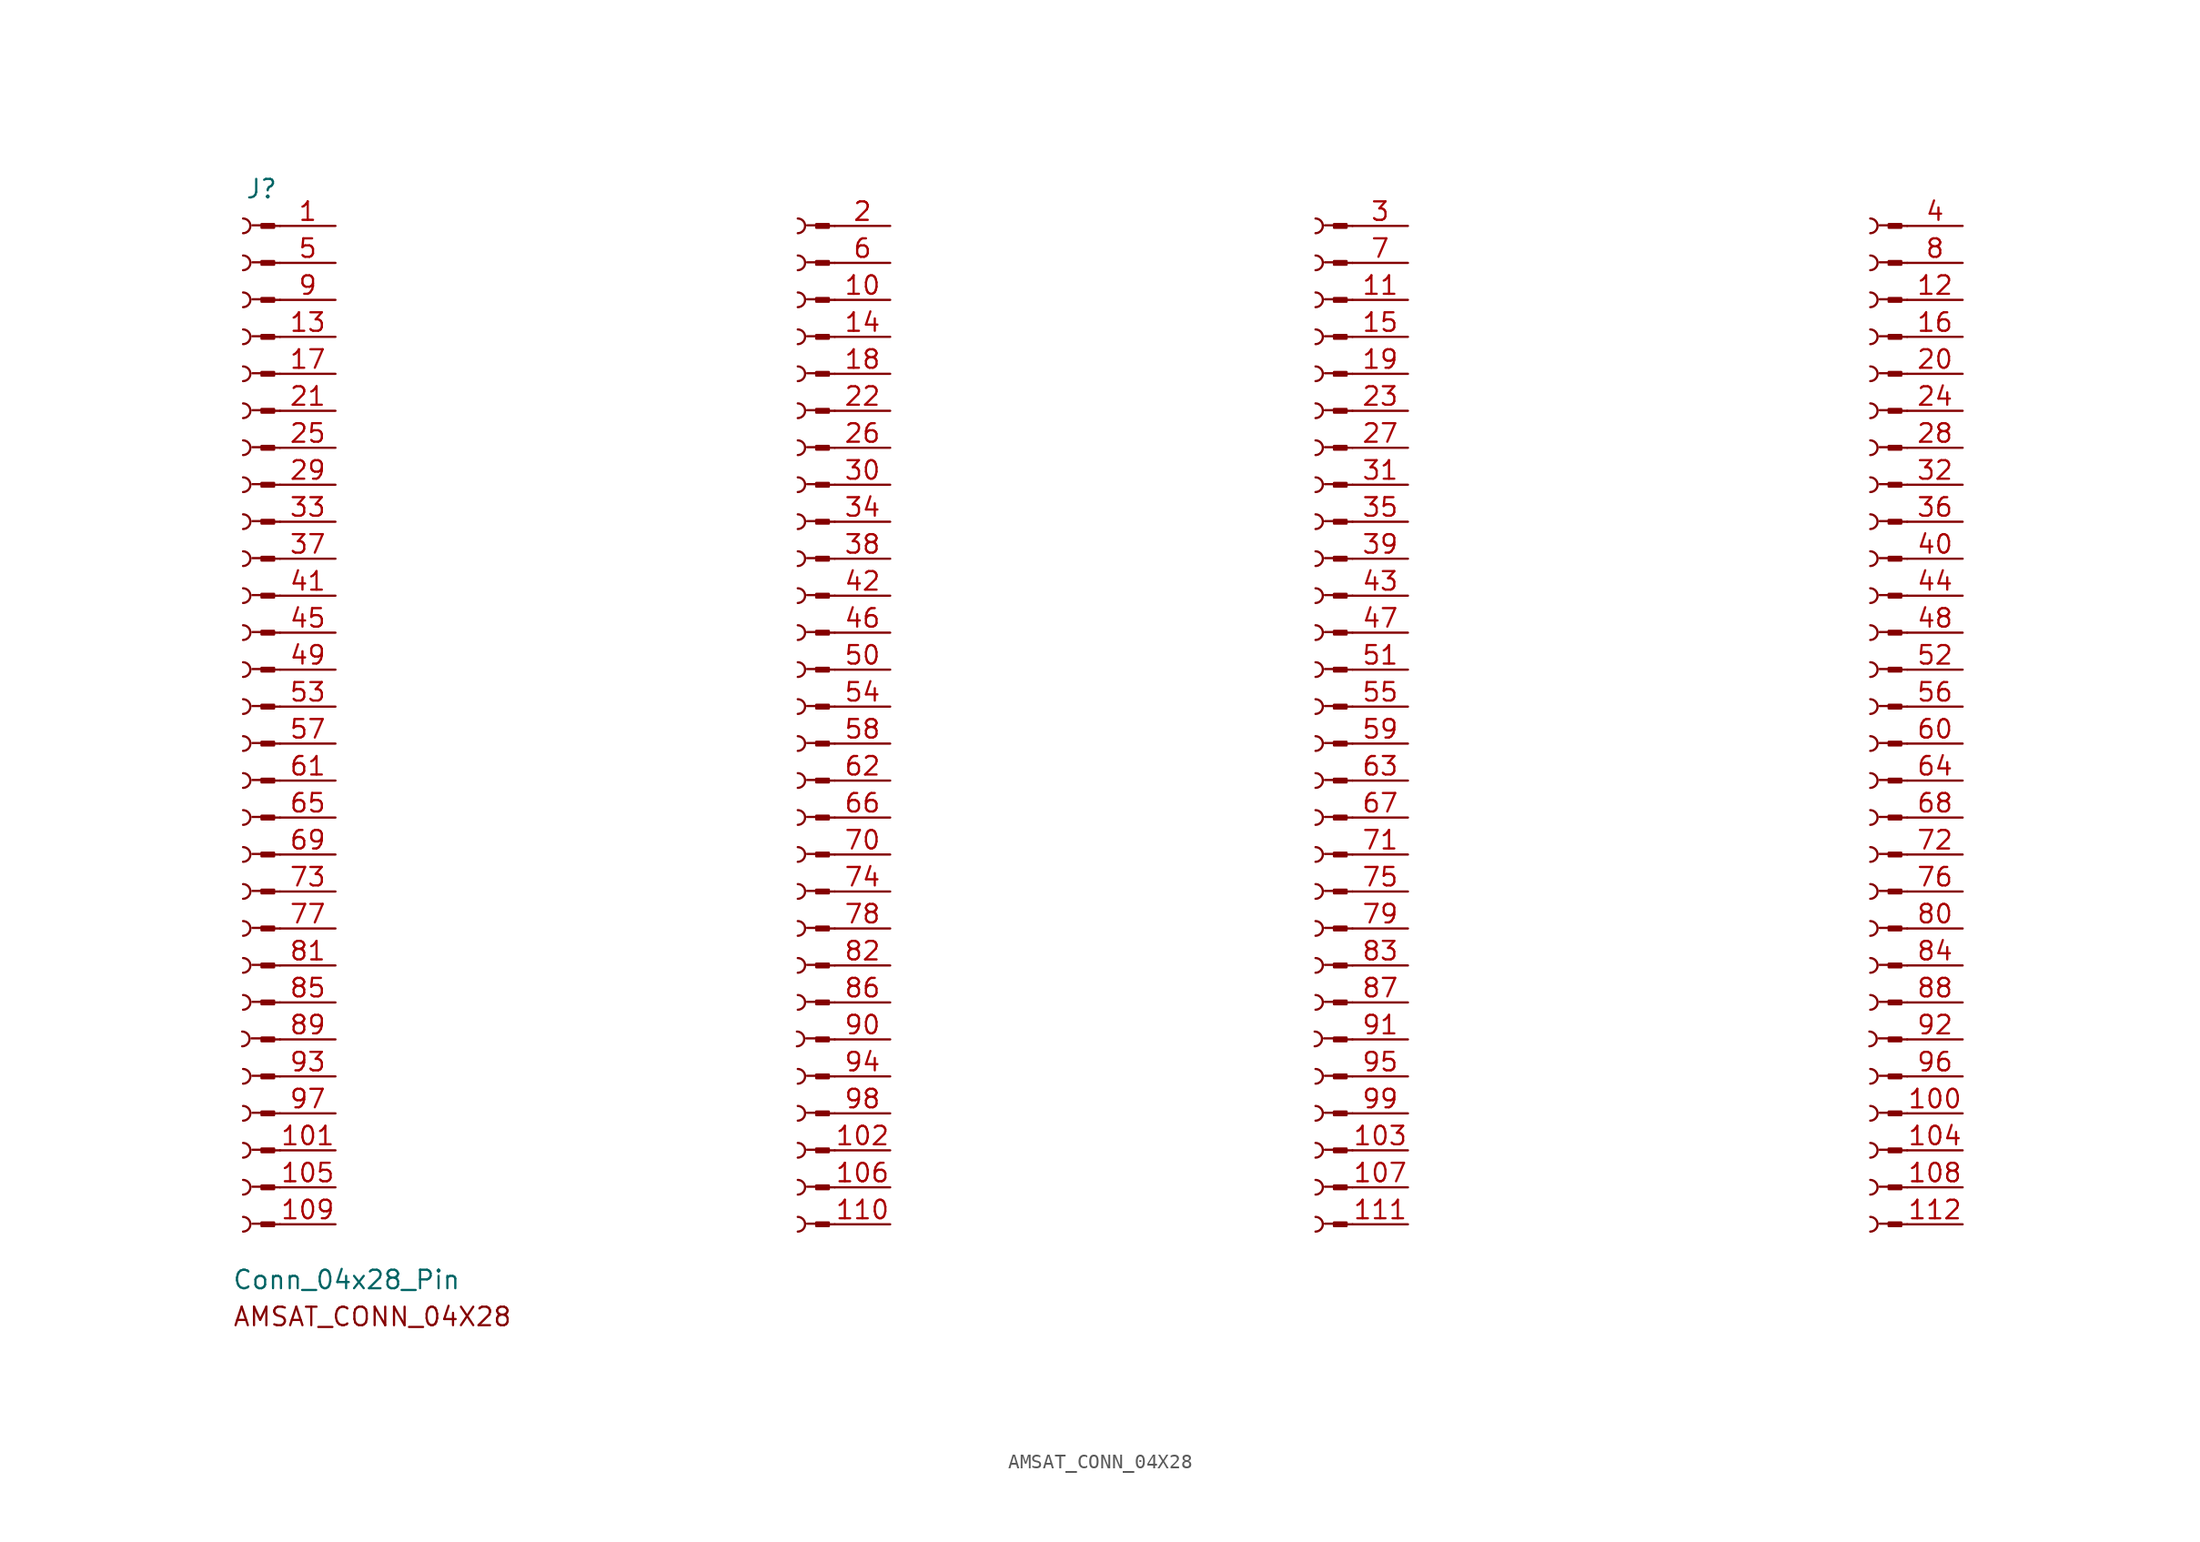
<source format=kicad_sym>
(kicad_symbol_lib
  (version 20220914)
  (generator kicad_symbol_editor)
  (symbol "AMSAT_CONN_04X28"
    (pin_names
      (offset 1.016) hide)
    (property "Reference" "J"
      (at 0 38.1 0)
      (effects (font (size 1.27 1.27))))
    (property "Value" "Conn_04x28_Pin"
      (at 5.842 -36.83 0)
      (effects (font (size 1.27 1.27))))
    (property "ki_locked" ""
      (at 0 0 0)
      (effects (font (size 1.27 1.27))))
    (symbol "AMSAT_CONN_04X28_1_1"
      (arc (start -1.3279 -20.7968) (mid -0.8221 -20.2888) (end -1.3279 -19.7808) (stroke (width 0.1524) (type default)) (fill (type none)))
      (arc (start -1.2678 -33.528) (mid -0.762 -33.02) (end -1.2678 -32.512) (stroke (width 0.1524) (type default)) (fill (type none)))
      (arc (start -1.2678 -30.988) (mid -0.762 -30.48) (end -1.2678 -29.972) (stroke (width 0.1524) (type default)) (fill (type none)))
      (arc (start -1.2678 -28.448) (mid -0.762 -27.94) (end -1.2678 -27.432) (stroke (width 0.1524) (type default)) (fill (type none)))
      (arc (start -1.2678 -25.908) (mid -0.762 -25.4) (end -1.2678 -24.892) (stroke (width 0.1524) (type default)) (fill (type none)))
      (arc (start -1.2678 -23.368) (mid -0.762 -22.86) (end -1.2678 -22.352) (stroke (width 0.1524) (type default)) (fill (type none)))
      (arc (start -1.2678 -18.288) (mid -0.762 -17.78) (end -1.2678 -17.272) (stroke (width 0.1524) (type default)) (fill (type none)))
      (arc (start -1.2678 -15.748) (mid -0.762 -15.24) (end -1.2678 -14.732) (stroke (width 0.1524) (type default)) (fill (type none)))
      (arc (start -1.2678 -13.208) (mid -0.762 -12.7) (end -1.2678 -12.192) (stroke (width 0.1524) (type default)) (fill (type none)))
      (arc (start -1.2678 -10.668) (mid -0.762 -10.16) (end -1.2678 -9.652) (stroke (width 0.1524) (type default)) (fill (type none)))
      (arc (start -1.2678 -8.128) (mid -0.762 -7.62) (end -1.2678 -7.112) (stroke (width 0.1524) (type default)) (fill (type none)))
      (arc (start -1.2678 -5.588) (mid -0.762 -5.08) (end -1.2678 -4.572) (stroke (width 0.1524) (type default)) (fill (type none)))
      (arc (start -1.2678 -3.048) (mid -0.762 -2.54) (end -1.2678 -2.032) (stroke (width 0.1524) (type default)) (fill (type none)))
      (arc (start -1.2678 -0.508) (mid -0.762 0) (end -1.2678 0.508) (stroke (width 0.1524) (type default)) (fill (type none)))
      (arc (start -1.2678 2.032) (mid -0.762 2.54) (end -1.2678 3.048) (stroke (width 0.1524) (type default)) (fill (type none)))
      (arc (start -1.2678 4.572) (mid -0.762 5.08) (end -1.2678 5.588) (stroke (width 0.1524) (type default)) (fill (type none)))
      (arc (start -1.2678 7.112) (mid -0.762 7.62) (end -1.2678 8.128) (stroke (width 0.1524) (type default)) (fill (type none)))
      (arc (start -1.2678 9.652) (mid -0.762 10.16) (end -1.2678 10.668) (stroke (width 0.1524) (type default)) (fill (type none)))
      (arc (start -1.2678 12.192) (mid -0.762 12.7) (end -1.2678 13.208) (stroke (width 0.1524) (type default)) (fill (type none)))
      (arc (start -1.2678 14.732) (mid -0.762 15.24) (end -1.2678 15.748) (stroke (width 0.1524) (type default)) (fill (type none)))
      (arc (start -1.2678 17.272) (mid -0.762 17.78) (end -1.2678 18.288) (stroke (width 0.1524) (type default)) (fill (type none)))
      (arc (start -1.2678 19.812) (mid -0.762 20.32) (end -1.2678 20.828) (stroke (width 0.1524) (type default)) (fill (type none)))
      (arc (start -1.2678 22.352) (mid -0.762 22.86) (end -1.2678 23.368) (stroke (width 0.1524) (type default)) (fill (type none)))
      (arc (start -1.2678 24.892) (mid -0.762 25.4) (end -1.2678 25.908) (stroke (width 0.1524) (type default)) (fill (type none)))
      (arc (start -1.2678 27.432) (mid -0.762 27.94) (end -1.2678 28.448) (stroke (width 0.1524) (type default)) (fill (type none)))
      (arc (start -1.2678 29.972) (mid -0.762 30.48) (end -1.2678 30.988) (stroke (width 0.1524) (type default)) (fill (type none)))
      (arc (start -1.2678 32.512) (mid -0.762 33.02) (end -1.2678 33.528) (stroke (width 0.1524) (type default)) (fill (type none)))
      (arc (start -1.2678 35.052) (mid -0.762 35.56) (end -1.2678 36.068) (stroke (width 0.1524) (type default)) (fill (type none)))
      (polyline (pts (xy 0.586 -20.248) (xy -0.684 -20.248)) (stroke (width 0) (type default)) (fill (type none)))
      (polyline (pts (xy 0.646 -32.979) (xy -0.624 -32.979)) (stroke (width 0) (type default)) (fill (type none)))
      (polyline (pts (xy 0.646 -30.439) (xy -0.624 -30.439)) (stroke (width 0) (type default)) (fill (type none)))
      (polyline (pts (xy 0.646 -27.899) (xy -0.624 -27.899)) (stroke (width 0) (type default)) (fill (type none)))
      (polyline (pts (xy 0.646 -25.359) (xy -0.624 -25.359)) (stroke (width 0) (type default)) (fill (type none)))
      (polyline (pts (xy 0.646 -22.819) (xy -0.624 -22.819)) (stroke (width 0) (type default)) (fill (type none)))
      (polyline (pts (xy 0.646 -17.739) (xy -0.624 -17.739)) (stroke (width 0) (type default)) (fill (type none)))
      (polyline (pts (xy 0.646 -15.199) (xy -0.624 -15.199)) (stroke (width 0) (type default)) (fill (type none)))
      (polyline (pts (xy 0.646 -12.659) (xy -0.624 -12.659)) (stroke (width 0) (type default)) (fill (type none)))
      (polyline (pts (xy 0.646 -10.119) (xy -0.624 -10.119)) (stroke (width 0) (type default)) (fill (type none)))
      (polyline (pts (xy 0.646 -7.579) (xy -0.624 -7.579)) (stroke (width 0) (type default)) (fill (type none)))
      (polyline (pts (xy 0.646 -5.039) (xy -0.624 -5.039)) (stroke (width 0) (type default)) (fill (type none)))
      (polyline (pts (xy 0.646 -2.499) (xy -0.624 -2.499)) (stroke (width 0) (type default)) (fill (type none)))
      (polyline (pts (xy 0.646 0.041) (xy -0.624 0.041)) (stroke (width 0) (type default)) (fill (type none)))
      (polyline (pts (xy 0.646 2.581) (xy -0.624 2.581)) (stroke (width 0) (type default)) (fill (type none)))
      (polyline (pts (xy 0.646 5.121) (xy -0.624 5.121)) (stroke (width 0) (type default)) (fill (type none)))
      (polyline (pts (xy 0.646 7.661) (xy -0.624 7.661)) (stroke (width 0) (type default)) (fill (type none)))
      (polyline (pts (xy 0.646 10.201) (xy -0.624 10.201)) (stroke (width 0) (type default)) (fill (type none)))
      (polyline (pts (xy 0.646 12.741) (xy -0.624 12.741)) (stroke (width 0) (type default)) (fill (type none)))
      (polyline (pts (xy 0.646 15.281) (xy -0.624 15.281)) (stroke (width 0) (type default)) (fill (type none)))
      (polyline (pts (xy 0.646 17.821) (xy -0.624 17.821)) (stroke (width 0) (type default)) (fill (type none)))
      (polyline (pts (xy 0.646 20.361) (xy -0.624 20.361)) (stroke (width 0) (type default)) (fill (type none)))
      (polyline (pts (xy 0.646 22.901) (xy -0.624 22.901)) (stroke (width 0) (type default)) (fill (type none)))
      (polyline (pts (xy 0.646 25.441) (xy -0.624 25.441)) (stroke (width 0) (type default)) (fill (type none)))
      (polyline (pts (xy 0.646 27.981) (xy -0.624 27.981)) (stroke (width 0) (type default)) (fill (type none)))
      (polyline (pts (xy 0.646 30.521) (xy -0.624 30.521)) (stroke (width 0) (type default)) (fill (type none)))
      (polyline (pts (xy 0.646 33.061) (xy -0.624 33.061)) (stroke (width 0) (type default)) (fill (type none)))
      (polyline (pts (xy 0.646 35.601) (xy -0.624 35.601)) (stroke (width 0) (type default)) (fill (type none)))
      (polyline (pts (xy 1.27 -33.02) (xy 0.864 -33.02)) (stroke (width 0.152) (type default)) (fill (type none)))
      (polyline (pts (xy 1.27 -30.48) (xy 0.864 -30.48)) (stroke (width 0.152) (type default)) (fill (type none)))
      (polyline (pts (xy 1.27 -27.94) (xy 0.864 -27.94)) (stroke (width 0.152) (type default)) (fill (type none)))
      (polyline (pts (xy 1.27 -25.4) (xy 0.864 -25.4)) (stroke (width 0.152) (type default)) (fill (type none)))
      (polyline (pts (xy 1.27 -22.86) (xy 0.864 -22.86)) (stroke (width 0.152) (type default)) (fill (type none)))
      (polyline (pts (xy 1.27 -20.32) (xy 0.864 -20.32)) (stroke (width 0.152) (type default)) (fill (type none)))
      (polyline (pts (xy 1.27 -17.78) (xy 0.864 -17.78)) (stroke (width 0.152) (type default)) (fill (type none)))
      (polyline (pts (xy 1.27 -15.24) (xy 0.864 -15.24)) (stroke (width 0.152) (type default)) (fill (type none)))
      (polyline (pts (xy 1.27 -12.7) (xy 0.864 -12.7)) (stroke (width 0.152) (type default)) (fill (type none)))
      (polyline (pts (xy 1.27 -10.16) (xy 0.864 -10.16)) (stroke (width 0.152) (type default)) (fill (type none)))
      (polyline (pts (xy 1.27 -7.62) (xy 0.864 -7.62)) (stroke (width 0.152) (type default)) (fill (type none)))
      (polyline (pts (xy 1.27 -5.08) (xy 0.864 -5.08)) (stroke (width 0.152) (type default)) (fill (type none)))
      (polyline (pts (xy 1.27 -2.54) (xy 0.864 -2.54)) (stroke (width 0.152) (type default)) (fill (type none)))
      (polyline (pts (xy 1.27 0) (xy 0.864 0)) (stroke (width 0.152) (type default)) (fill (type none)))
      (polyline (pts (xy 1.27 2.54) (xy 0.864 2.54)) (stroke (width 0.152) (type default)) (fill (type none)))
      (polyline (pts (xy 1.27 5.08) (xy 0.864 5.08)) (stroke (width 0.152) (type default)) (fill (type none)))
      (polyline (pts (xy 1.27 7.62) (xy 0.864 7.62)) (stroke (width 0.152) (type default)) (fill (type none)))
      (polyline (pts (xy 1.27 10.16) (xy 0.864 10.16)) (stroke (width 0.152) (type default)) (fill (type none)))
      (polyline (pts (xy 1.27 12.7) (xy 0.864 12.7)) (stroke (width 0.152) (type default)) (fill (type none)))
      (polyline (pts (xy 1.27 15.24) (xy 0.864 15.24)) (stroke (width 0.152) (type default)) (fill (type none)))
      (polyline (pts (xy 1.27 17.78) (xy 0.864 17.78)) (stroke (width 0.152) (type default)) (fill (type none)))
      (polyline (pts (xy 1.27 20.32) (xy 0.864 20.32)) (stroke (width 0.152) (type default)) (fill (type none)))
      (polyline (pts (xy 1.27 22.86) (xy 0.864 22.86)) (stroke (width 0.152) (type default)) (fill (type none)))
      (polyline (pts (xy 1.27 25.4) (xy 0.864 25.4)) (stroke (width 0.152) (type default)) (fill (type none)))
      (polyline (pts (xy 1.27 27.94) (xy 0.864 27.94)) (stroke (width 0.152) (type default)) (fill (type none)))
      (polyline (pts (xy 1.27 30.48) (xy 0.864 30.48)) (stroke (width 0.152) (type default)) (fill (type none)))
      (polyline (pts (xy 1.27 33.02) (xy 0.864 33.02)) (stroke (width 0.152) (type default)) (fill (type none)))
      (polyline (pts (xy 1.27 35.56) (xy 0.864 35.56)) (stroke (width 0.152) (type default)) (fill (type none)))
      (polyline (pts (xy 38.685 -20.248) (xy 37.416 -20.248)) (stroke (width 0) (type default)) (fill (type none)))
      (polyline (pts (xy 38.746 -32.979) (xy 37.476 -32.979)) (stroke (width 0) (type default)) (fill (type none)))
      (polyline (pts (xy 38.746 -30.439) (xy 37.476 -30.439)) (stroke (width 0) (type default)) (fill (type none)))
      (polyline (pts (xy 38.746 -27.899) (xy 37.476 -27.899)) (stroke (width 0) (type default)) (fill (type none)))
      (polyline (pts (xy 38.746 -25.359) (xy 37.476 -25.359)) (stroke (width 0) (type default)) (fill (type none)))
      (polyline (pts (xy 38.746 -22.819) (xy 37.476 -22.819)) (stroke (width 0) (type default)) (fill (type none)))
      (polyline (pts (xy 38.746 -17.739) (xy 37.476 -17.739)) (stroke (width 0) (type default)) (fill (type none)))
      (polyline (pts (xy 38.746 -15.199) (xy 37.476 -15.199)) (stroke (width 0) (type default)) (fill (type none)))
      (polyline (pts (xy 38.746 -12.659) (xy 37.476 -12.659)) (stroke (width 0) (type default)) (fill (type none)))
      (polyline (pts (xy 38.746 -10.119) (xy 37.476 -10.119)) (stroke (width 0) (type default)) (fill (type none)))
      (polyline (pts (xy 38.746 -7.579) (xy 37.476 -7.579)) (stroke (width 0) (type default)) (fill (type none)))
      (polyline (pts (xy 38.746 -5.039) (xy 37.476 -5.039)) (stroke (width 0) (type default)) (fill (type none)))
      (polyline (pts (xy 38.746 -2.499) (xy 37.476 -2.499)) (stroke (width 0) (type default)) (fill (type none)))
      (polyline (pts (xy 38.746 0.041) (xy 37.476 0.041)) (stroke (width 0) (type default)) (fill (type none)))
      (polyline (pts (xy 38.746 2.581) (xy 37.476 2.581)) (stroke (width 0) (type default)) (fill (type none)))
      (polyline (pts (xy 38.746 5.121) (xy 37.476 5.121)) (stroke (width 0) (type default)) (fill (type none)))
      (polyline (pts (xy 38.746 7.661) (xy 37.476 7.661)) (stroke (width 0) (type default)) (fill (type none)))
      (polyline (pts (xy 38.746 10.201) (xy 37.476 10.201)) (stroke (width 0) (type default)) (fill (type none)))
      (polyline (pts (xy 38.746 12.741) (xy 37.476 12.741)) (stroke (width 0) (type default)) (fill (type none)))
      (polyline (pts (xy 38.746 15.281) (xy 37.476 15.281)) (stroke (width 0) (type default)) (fill (type none)))
      (polyline (pts (xy 38.746 17.821) (xy 37.476 17.821)) (stroke (width 0) (type default)) (fill (type none)))
      (polyline (pts (xy 38.746 20.361) (xy 37.476 20.361)) (stroke (width 0) (type default)) (fill (type none)))
      (polyline (pts (xy 38.746 22.901) (xy 37.476 22.901)) (stroke (width 0) (type default)) (fill (type none)))
      (polyline (pts (xy 38.746 25.441) (xy 37.476 25.441)) (stroke (width 0) (type default)) (fill (type none)))
      (polyline (pts (xy 38.746 27.981) (xy 37.476 27.981)) (stroke (width 0) (type default)) (fill (type none)))
      (polyline (pts (xy 38.746 30.521) (xy 37.476 30.521)) (stroke (width 0) (type default)) (fill (type none)))
      (polyline (pts (xy 38.746 33.061) (xy 37.476 33.061)) (stroke (width 0) (type default)) (fill (type none)))
      (polyline (pts (xy 38.746 35.601) (xy 37.476 35.601)) (stroke (width 0) (type default)) (fill (type none)))
      (polyline (pts (xy 39.37 -33.02) (xy 38.964 -33.02)) (stroke (width 0.152) (type default)) (fill (type none)))
      (polyline (pts (xy 39.37 -30.48) (xy 38.964 -30.48)) (stroke (width 0.152) (type default)) (fill (type none)))
      (polyline (pts (xy 39.37 -27.94) (xy 38.964 -27.94)) (stroke (width 0.152) (type default)) (fill (type none)))
      (polyline (pts (xy 39.37 -25.4) (xy 38.964 -25.4)) (stroke (width 0.152) (type default)) (fill (type none)))
      (polyline (pts (xy 39.37 -22.86) (xy 38.964 -22.86)) (stroke (width 0.152) (type default)) (fill (type none)))
      (polyline (pts (xy 39.37 -20.32) (xy 38.964 -20.32)) (stroke (width 0.152) (type default)) (fill (type none)))
      (polyline (pts (xy 39.37 -17.78) (xy 38.964 -17.78)) (stroke (width 0.152) (type default)) (fill (type none)))
      (polyline (pts (xy 39.37 -15.24) (xy 38.964 -15.24)) (stroke (width 0.152) (type default)) (fill (type none)))
      (polyline (pts (xy 39.37 -12.7) (xy 38.964 -12.7)) (stroke (width 0.152) (type default)) (fill (type none)))
      (polyline (pts (xy 39.37 -10.16) (xy 38.964 -10.16)) (stroke (width 0.152) (type default)) (fill (type none)))
      (polyline (pts (xy 39.37 -7.62) (xy 38.964 -7.62)) (stroke (width 0.152) (type default)) (fill (type none)))
      (polyline (pts (xy 39.37 -5.08) (xy 38.964 -5.08)) (stroke (width 0.152) (type default)) (fill (type none)))
      (polyline (pts (xy 39.37 -2.54) (xy 38.964 -2.54)) (stroke (width 0.152) (type default)) (fill (type none)))
      (polyline (pts (xy 39.37 0) (xy 38.964 0)) (stroke (width 0.152) (type default)) (fill (type none)))
      (polyline (pts (xy 39.37 2.54) (xy 38.964 2.54)) (stroke (width 0.152) (type default)) (fill (type none)))
      (polyline (pts (xy 39.37 5.08) (xy 38.964 5.08)) (stroke (width 0.152) (type default)) (fill (type none)))
      (polyline (pts (xy 39.37 7.62) (xy 38.964 7.62)) (stroke (width 0.152) (type default)) (fill (type none)))
      (polyline (pts (xy 39.37 10.16) (xy 38.964 10.16)) (stroke (width 0.152) (type default)) (fill (type none)))
      (polyline (pts (xy 39.37 12.7) (xy 38.964 12.7)) (stroke (width 0.152) (type default)) (fill (type none)))
      (polyline (pts (xy 39.37 15.24) (xy 38.964 15.24)) (stroke (width 0.152) (type default)) (fill (type none)))
      (polyline (pts (xy 39.37 17.78) (xy 38.964 17.78)) (stroke (width 0.152) (type default)) (fill (type none)))
      (polyline (pts (xy 39.37 20.32) (xy 38.964 20.32)) (stroke (width 0.152) (type default)) (fill (type none)))
      (polyline (pts (xy 39.37 22.86) (xy 38.964 22.86)) (stroke (width 0.152) (type default)) (fill (type none)))
      (polyline (pts (xy 39.37 25.4) (xy 38.964 25.4)) (stroke (width 0.152) (type default)) (fill (type none)))
      (polyline (pts (xy 39.37 27.94) (xy 38.964 27.94)) (stroke (width 0.152) (type default)) (fill (type none)))
      (polyline (pts (xy 39.37 30.48) (xy 38.964 30.48)) (stroke (width 0.152) (type default)) (fill (type none)))
      (polyline (pts (xy 39.37 33.02) (xy 38.964 33.02)) (stroke (width 0.152) (type default)) (fill (type none)))
      (polyline (pts (xy 39.37 35.56) (xy 38.964 35.56)) (stroke (width 0.152) (type default)) (fill (type none)))
      (polyline (pts (xy 74.246 -20.248) (xy 72.975 -20.248)) (stroke (width 0) (type default)) (fill (type none)))
      (polyline (pts (xy 74.306 -32.979) (xy 73.036 -32.979)) (stroke (width 0) (type default)) (fill (type none)))
      (polyline (pts (xy 74.306 -30.439) (xy 73.036 -30.439)) (stroke (width 0) (type default)) (fill (type none)))
      (polyline (pts (xy 74.306 -27.899) (xy 73.036 -27.899)) (stroke (width 0) (type default)) (fill (type none)))
      (polyline (pts (xy 74.306 -25.359) (xy 73.036 -25.359)) (stroke (width 0) (type default)) (fill (type none)))
      (polyline (pts (xy 74.306 -22.819) (xy 73.036 -22.819)) (stroke (width 0) (type default)) (fill (type none)))
      (polyline (pts (xy 74.306 -17.739) (xy 73.036 -17.739)) (stroke (width 0) (type default)) (fill (type none)))
      (polyline (pts (xy 74.306 -15.199) (xy 73.036 -15.199)) (stroke (width 0) (type default)) (fill (type none)))
      (polyline (pts (xy 74.306 -12.659) (xy 73.036 -12.659)) (stroke (width 0) (type default)) (fill (type none)))
      (polyline (pts (xy 74.306 -10.119) (xy 73.036 -10.119)) (stroke (width 0) (type default)) (fill (type none)))
      (polyline (pts (xy 74.306 -7.579) (xy 73.036 -7.579)) (stroke (width 0) (type default)) (fill (type none)))
      (polyline (pts (xy 74.306 -5.039) (xy 73.036 -5.039)) (stroke (width 0) (type default)) (fill (type none)))
      (polyline (pts (xy 74.306 -2.499) (xy 73.036 -2.499)) (stroke (width 0) (type default)) (fill (type none)))
      (polyline (pts (xy 74.306 0.041) (xy 73.036 0.041)) (stroke (width 0) (type default)) (fill (type none)))
      (polyline (pts (xy 74.306 2.581) (xy 73.036 2.581)) (stroke (width 0) (type default)) (fill (type none)))
      (polyline (pts (xy 74.306 5.121) (xy 73.036 5.121)) (stroke (width 0) (type default)) (fill (type none)))
      (polyline (pts (xy 74.306 7.661) (xy 73.036 7.661)) (stroke (width 0) (type default)) (fill (type none)))
      (polyline (pts (xy 74.306 10.201) (xy 73.036 10.201)) (stroke (width 0) (type default)) (fill (type none)))
      (polyline (pts (xy 74.306 12.741) (xy 73.036 12.741)) (stroke (width 0) (type default)) (fill (type none)))
      (polyline (pts (xy 74.306 15.281) (xy 73.036 15.281)) (stroke (width 0) (type default)) (fill (type none)))
      (polyline (pts (xy 74.306 17.821) (xy 73.036 17.821)) (stroke (width 0) (type default)) (fill (type none)))
      (polyline (pts (xy 74.306 20.361) (xy 73.036 20.361)) (stroke (width 0) (type default)) (fill (type none)))
      (polyline (pts (xy 74.306 22.901) (xy 73.036 22.901)) (stroke (width 0) (type default)) (fill (type none)))
      (polyline (pts (xy 74.306 25.441) (xy 73.036 25.441)) (stroke (width 0) (type default)) (fill (type none)))
      (polyline (pts (xy 74.306 27.981) (xy 73.036 27.981)) (stroke (width 0) (type default)) (fill (type none)))
      (polyline (pts (xy 74.306 30.521) (xy 73.036 30.521)) (stroke (width 0) (type default)) (fill (type none)))
      (polyline (pts (xy 74.306 33.061) (xy 73.036 33.061)) (stroke (width 0) (type default)) (fill (type none)))
      (polyline (pts (xy 74.306 35.601) (xy 73.036 35.601)) (stroke (width 0) (type default)) (fill (type none)))
      (polyline (pts (xy 74.93 -33.02) (xy 74.524 -33.02)) (stroke (width 0.152) (type default)) (fill (type none)))
      (polyline (pts (xy 74.93 -30.48) (xy 74.524 -30.48)) (stroke (width 0.152) (type default)) (fill (type none)))
      (polyline (pts (xy 74.93 -27.94) (xy 74.524 -27.94)) (stroke (width 0.152) (type default)) (fill (type none)))
      (polyline (pts (xy 74.93 -25.4) (xy 74.524 -25.4)) (stroke (width 0.152) (type default)) (fill (type none)))
      (polyline (pts (xy 74.93 -22.86) (xy 74.524 -22.86)) (stroke (width 0.152) (type default)) (fill (type none)))
      (polyline (pts (xy 74.93 -20.32) (xy 74.524 -20.32)) (stroke (width 0.152) (type default)) (fill (type none)))
      (polyline (pts (xy 74.93 -17.78) (xy 74.524 -17.78)) (stroke (width 0.152) (type default)) (fill (type none)))
      (polyline (pts (xy 74.93 -15.24) (xy 74.524 -15.24)) (stroke (width 0.152) (type default)) (fill (type none)))
      (polyline (pts (xy 74.93 -12.7) (xy 74.524 -12.7)) (stroke (width 0.152) (type default)) (fill (type none)))
      (polyline (pts (xy 74.93 -10.16) (xy 74.524 -10.16)) (stroke (width 0.152) (type default)) (fill (type none)))
      (polyline (pts (xy 74.93 -7.62) (xy 74.524 -7.62)) (stroke (width 0.152) (type default)) (fill (type none)))
      (polyline (pts (xy 74.93 -5.08) (xy 74.524 -5.08)) (stroke (width 0.152) (type default)) (fill (type none)))
      (polyline (pts (xy 74.93 -2.54) (xy 74.524 -2.54)) (stroke (width 0.152) (type default)) (fill (type none)))
      (polyline (pts (xy 74.93 0) (xy 74.524 0)) (stroke (width 0.152) (type default)) (fill (type none)))
      (polyline (pts (xy 74.93 2.54) (xy 74.524 2.54)) (stroke (width 0.152) (type default)) (fill (type none)))
      (polyline (pts (xy 74.93 5.08) (xy 74.524 5.08)) (stroke (width 0.152) (type default)) (fill (type none)))
      (polyline (pts (xy 74.93 7.62) (xy 74.524 7.62)) (stroke (width 0.152) (type default)) (fill (type none)))
      (polyline (pts (xy 74.93 10.16) (xy 74.524 10.16)) (stroke (width 0.152) (type default)) (fill (type none)))
      (polyline (pts (xy 74.93 12.7) (xy 74.524 12.7)) (stroke (width 0.152) (type default)) (fill (type none)))
      (polyline (pts (xy 74.93 15.24) (xy 74.524 15.24)) (stroke (width 0.152) (type default)) (fill (type none)))
      (polyline (pts (xy 74.93 17.78) (xy 74.524 17.78)) (stroke (width 0.152) (type default)) (fill (type none)))
      (polyline (pts (xy 74.93 20.32) (xy 74.524 20.32)) (stroke (width 0.152) (type default)) (fill (type none)))
      (polyline (pts (xy 74.93 22.86) (xy 74.524 22.86)) (stroke (width 0.152) (type default)) (fill (type none)))
      (polyline (pts (xy 74.93 25.4) (xy 74.524 25.4)) (stroke (width 0.152) (type default)) (fill (type none)))
      (polyline (pts (xy 74.93 27.94) (xy 74.524 27.94)) (stroke (width 0.152) (type default)) (fill (type none)))
      (polyline (pts (xy 74.93 30.48) (xy 74.524 30.48)) (stroke (width 0.152) (type default)) (fill (type none)))
      (polyline (pts (xy 74.93 33.02) (xy 74.524 33.02)) (stroke (width 0.152) (type default)) (fill (type none)))
      (polyline (pts (xy 74.93 35.56) (xy 74.524 35.56)) (stroke (width 0.152) (type default)) (fill (type none)))
      (polyline (pts (xy 112.346 -20.248) (xy 111.076 -20.248)) (stroke (width 0) (type default)) (fill (type none)))
      (polyline (pts (xy 112.406 -32.979) (xy 111.136 -32.979)) (stroke (width 0) (type default)) (fill (type none)))
      (polyline (pts (xy 112.406 -30.439) (xy 111.136 -30.439)) (stroke (width 0) (type default)) (fill (type none)))
      (polyline (pts (xy 112.406 -27.899) (xy 111.136 -27.899)) (stroke (width 0) (type default)) (fill (type none)))
      (polyline (pts (xy 112.406 -25.359) (xy 111.136 -25.359)) (stroke (width 0) (type default)) (fill (type none)))
      (polyline (pts (xy 112.406 -22.819) (xy 111.136 -22.819)) (stroke (width 0) (type default)) (fill (type none)))
      (polyline (pts (xy 112.406 -17.739) (xy 111.136 -17.739)) (stroke (width 0) (type default)) (fill (type none)))
      (polyline (pts (xy 112.406 -15.199) (xy 111.136 -15.199)) (stroke (width 0) (type default)) (fill (type none)))
      (polyline (pts (xy 112.406 -12.659) (xy 111.136 -12.659)) (stroke (width 0) (type default)) (fill (type none)))
      (polyline (pts (xy 112.406 -10.119) (xy 111.136 -10.119)) (stroke (width 0) (type default)) (fill (type none)))
      (polyline (pts (xy 112.406 -7.579) (xy 111.136 -7.579)) (stroke (width 0) (type default)) (fill (type none)))
      (polyline (pts (xy 112.406 -5.039) (xy 111.136 -5.039)) (stroke (width 0) (type default)) (fill (type none)))
      (polyline (pts (xy 112.406 -2.499) (xy 111.136 -2.499)) (stroke (width 0) (type default)) (fill (type none)))
      (polyline (pts (xy 112.406 0.041) (xy 111.136 0.041)) (stroke (width 0) (type default)) (fill (type none)))
      (polyline (pts (xy 112.406 2.581) (xy 111.136 2.581)) (stroke (width 0) (type default)) (fill (type none)))
      (polyline (pts (xy 112.406 5.121) (xy 111.136 5.121)) (stroke (width 0) (type default)) (fill (type none)))
      (polyline (pts (xy 112.406 7.661) (xy 111.136 7.661)) (stroke (width 0) (type default)) (fill (type none)))
      (polyline (pts (xy 112.406 10.201) (xy 111.136 10.201)) (stroke (width 0) (type default)) (fill (type none)))
      (polyline (pts (xy 112.406 12.741) (xy 111.136 12.741)) (stroke (width 0) (type default)) (fill (type none)))
      (polyline (pts (xy 112.406 15.281) (xy 111.136 15.281)) (stroke (width 0) (type default)) (fill (type none)))
      (polyline (pts (xy 112.406 17.821) (xy 111.136 17.821)) (stroke (width 0) (type default)) (fill (type none)))
      (polyline (pts (xy 112.406 20.361) (xy 111.136 20.361)) (stroke (width 0) (type default)) (fill (type none)))
      (polyline (pts (xy 112.406 22.901) (xy 111.136 22.901)) (stroke (width 0) (type default)) (fill (type none)))
      (polyline (pts (xy 112.406 25.441) (xy 111.136 25.441)) (stroke (width 0) (type default)) (fill (type none)))
      (polyline (pts (xy 112.406 27.981) (xy 111.136 27.981)) (stroke (width 0) (type default)) (fill (type none)))
      (polyline (pts (xy 112.406 30.521) (xy 111.136 30.521)) (stroke (width 0) (type default)) (fill (type none)))
      (polyline (pts (xy 112.406 33.061) (xy 111.136 33.061)) (stroke (width 0) (type default)) (fill (type none)))
      (polyline (pts (xy 112.406 35.601) (xy 111.136 35.601)) (stroke (width 0) (type default)) (fill (type none)))
      (polyline (pts (xy 113.03 -33.02) (xy 112.624 -33.02)) (stroke (width 0.152) (type default)) (fill (type none)))
      (polyline (pts (xy 113.03 -30.48) (xy 112.624 -30.48)) (stroke (width 0.152) (type default)) (fill (type none)))
      (polyline (pts (xy 113.03 -27.94) (xy 112.624 -27.94)) (stroke (width 0.152) (type default)) (fill (type none)))
      (polyline (pts (xy 113.03 -25.4) (xy 112.624 -25.4)) (stroke (width 0.152) (type default)) (fill (type none)))
      (polyline (pts (xy 113.03 -22.86) (xy 112.624 -22.86)) (stroke (width 0.152) (type default)) (fill (type none)))
      (polyline (pts (xy 113.03 -20.32) (xy 112.624 -20.32)) (stroke (width 0.152) (type default)) (fill (type none)))
      (polyline (pts (xy 113.03 -17.78) (xy 112.624 -17.78)) (stroke (width 0.152) (type default)) (fill (type none)))
      (polyline (pts (xy 113.03 -15.24) (xy 112.624 -15.24)) (stroke (width 0.152) (type default)) (fill (type none)))
      (polyline (pts (xy 113.03 -12.7) (xy 112.624 -12.7)) (stroke (width 0.152) (type default)) (fill (type none)))
      (polyline (pts (xy 113.03 -10.16) (xy 112.624 -10.16)) (stroke (width 0.152) (type default)) (fill (type none)))
      (polyline (pts (xy 113.03 -7.62) (xy 112.624 -7.62)) (stroke (width 0.152) (type default)) (fill (type none)))
      (polyline (pts (xy 113.03 -5.08) (xy 112.624 -5.08)) (stroke (width 0.152) (type default)) (fill (type none)))
      (polyline (pts (xy 113.03 -2.54) (xy 112.624 -2.54)) (stroke (width 0.152) (type default)) (fill (type none)))
      (polyline (pts (xy 113.03 0) (xy 112.624 0)) (stroke (width 0.152) (type default)) (fill (type none)))
      (polyline (pts (xy 113.03 2.54) (xy 112.624 2.54)) (stroke (width 0.152) (type default)) (fill (type none)))
      (polyline (pts (xy 113.03 5.08) (xy 112.624 5.08)) (stroke (width 0.152) (type default)) (fill (type none)))
      (polyline (pts (xy 113.03 7.62) (xy 112.624 7.62)) (stroke (width 0.152) (type default)) (fill (type none)))
      (polyline (pts (xy 113.03 10.16) (xy 112.624 10.16)) (stroke (width 0.152) (type default)) (fill (type none)))
      (polyline (pts (xy 113.03 12.7) (xy 112.624 12.7)) (stroke (width 0.152) (type default)) (fill (type none)))
      (polyline (pts (xy 113.03 15.24) (xy 112.624 15.24)) (stroke (width 0.152) (type default)) (fill (type none)))
      (polyline (pts (xy 113.03 17.78) (xy 112.624 17.78)) (stroke (width 0.152) (type default)) (fill (type none)))
      (polyline (pts (xy 113.03 20.32) (xy 112.624 20.32)) (stroke (width 0.152) (type default)) (fill (type none)))
      (polyline (pts (xy 113.03 22.86) (xy 112.624 22.86)) (stroke (width 0.152) (type default)) (fill (type none)))
      (polyline (pts (xy 113.03 25.4) (xy 112.624 25.4)) (stroke (width 0.152) (type default)) (fill (type none)))
      (polyline (pts (xy 113.03 27.94) (xy 112.624 27.94)) (stroke (width 0.152) (type default)) (fill (type none)))
      (polyline (pts (xy 113.03 30.48) (xy 112.624 30.48)) (stroke (width 0.152) (type default)) (fill (type none)))
      (polyline (pts (xy 113.03 33.02) (xy 112.624 33.02)) (stroke (width 0.152) (type default)) (fill (type none)))
      (polyline (pts (xy 113.03 35.56) (xy 112.624 35.56)) (stroke (width 0.152) (type default)) (fill (type none)))
      (rectangle (start 0.864 -32.893) (end 0 -33.147) (stroke (width 0.152) (type default)) (fill (type outline)))
      (rectangle (start 0.864 -30.353) (end 0 -30.607) (stroke (width 0.152) (type default)) (fill (type outline)))
      (rectangle (start 0.864 -27.813) (end 0 -28.067) (stroke (width 0.152) (type default)) (fill (type outline)))
      (rectangle (start 0.864 -25.273) (end 0 -25.527) (stroke (width 0.152) (type default)) (fill (type outline)))
      (rectangle (start 0.864 -22.733) (end 0 -22.987) (stroke (width 0.152) (type default)) (fill (type outline)))
      (rectangle (start 0.864 -20.193) (end 0 -20.447) (stroke (width 0.152) (type default)) (fill (type outline)))
      (rectangle (start 0.864 -17.653) (end 0 -17.907) (stroke (width 0.152) (type default)) (fill (type outline)))
      (rectangle (start 0.864 -15.113) (end 0 -15.367) (stroke (width 0.152) (type default)) (fill (type outline)))
      (rectangle (start 0.864 -12.573) (end 0 -12.827) (stroke (width 0.152) (type default)) (fill (type outline)))
      (rectangle (start 0.864 -10.033) (end 0 -10.287) (stroke (width 0.152) (type default)) (fill (type outline)))
      (rectangle (start 0.864 -7.493) (end 0 -7.747) (stroke (width 0.152) (type default)) (fill (type outline)))
      (rectangle (start 0.864 -4.953) (end 0 -5.207) (stroke (width 0.152) (type default)) (fill (type outline)))
      (rectangle (start 0.864 -2.413) (end 0 -2.667) (stroke (width 0.152) (type default)) (fill (type outline)))
      (rectangle (start 0.864 0.127) (end 0 -0.127) (stroke (width 0.152) (type default)) (fill (type outline)))
      (rectangle (start 0.864 2.667) (end 0 2.413) (stroke (width 0.152) (type default)) (fill (type outline)))
      (rectangle (start 0.864 5.207) (end 0 4.953) (stroke (width 0.152) (type default)) (fill (type outline)))
      (rectangle (start 0.864 7.747) (end 0 7.493) (stroke (width 0.152) (type default)) (fill (type outline)))
      (rectangle (start 0.864 10.287) (end 0 10.033) (stroke (width 0.152) (type default)) (fill (type outline)))
      (rectangle (start 0.864 12.827) (end 0 12.573) (stroke (width 0.152) (type default)) (fill (type outline)))
      (rectangle (start 0.864 15.367) (end 0 15.113) (stroke (width 0.152) (type default)) (fill (type outline)))
      (rectangle (start 0.864 17.907) (end 0 17.653) (stroke (width 0.152) (type default)) (fill (type outline)))
      (rectangle (start 0.864 20.447) (end 0 20.193) (stroke (width 0.152) (type default)) (fill (type outline)))
      (rectangle (start 0.864 22.987) (end 0 22.733) (stroke (width 0.152) (type default)) (fill (type outline)))
      (rectangle (start 0.864 25.527) (end 0 25.273) (stroke (width 0.152) (type default)) (fill (type outline)))
      (rectangle (start 0.864 28.067) (end 0 27.813) (stroke (width 0.152) (type default)) (fill (type outline)))
      (rectangle (start 0.864 30.607) (end 0 30.353) (stroke (width 0.152) (type default)) (fill (type outline)))
      (rectangle (start 0.864 33.147) (end 0 32.893) (stroke (width 0.152) (type default)) (fill (type outline)))
      (rectangle (start 0.864 35.687) (end 0 35.433) (stroke (width 0.152) (type default)) (fill (type outline)))
      (arc (start 36.7721 -20.7968) (mid 37.2779 -20.2888) (end 36.7721 -19.7808) (stroke (width 0.1524) (type default)) (fill (type none)))
      (arc (start 36.8322 -33.528) (mid 37.338 -33.02) (end 36.8322 -32.512) (stroke (width 0.1524) (type default)) (fill (type none)))
      (arc (start 36.8322 -30.988) (mid 37.338 -30.48) (end 36.8322 -29.972) (stroke (width 0.1524) (type default)) (fill (type none)))
      (arc (start 36.8322 -28.448) (mid 37.338 -27.94) (end 36.8322 -27.432) (stroke (width 0.1524) (type default)) (fill (type none)))
      (arc (start 36.8322 -25.908) (mid 37.338 -25.4) (end 36.8322 -24.892) (stroke (width 0.1524) (type default)) (fill (type none)))
      (arc (start 36.8322 -23.368) (mid 37.338 -22.86) (end 36.8322 -22.352) (stroke (width 0.1524) (type default)) (fill (type none)))
      (arc (start 36.8322 -18.288) (mid 37.338 -17.78) (end 36.8322 -17.272) (stroke (width 0.1524) (type default)) (fill (type none)))
      (arc (start 36.8322 -15.748) (mid 37.338 -15.24) (end 36.8322 -14.732) (stroke (width 0.1524) (type default)) (fill (type none)))
      (arc (start 36.8322 -13.208) (mid 37.338 -12.7) (end 36.8322 -12.192) (stroke (width 0.1524) (type default)) (fill (type none)))
      (arc (start 36.8322 -10.668) (mid 37.338 -10.16) (end 36.8322 -9.652) (stroke (width 0.1524) (type default)) (fill (type none)))
      (arc (start 36.8322 -8.128) (mid 37.338 -7.62) (end 36.8322 -7.112) (stroke (width 0.1524) (type default)) (fill (type none)))
      (arc (start 36.8322 -5.588) (mid 37.338 -5.08) (end 36.8322 -4.572) (stroke (width 0.1524) (type default)) (fill (type none)))
      (arc (start 36.8322 -3.048) (mid 37.338 -2.54) (end 36.8322 -2.032) (stroke (width 0.1524) (type default)) (fill (type none)))
      (arc (start 36.8322 -0.508) (mid 37.338 0) (end 36.8322 0.508) (stroke (width 0.1524) (type default)) (fill (type none)))
      (arc (start 36.8322 2.032) (mid 37.338 2.54) (end 36.8322 3.048) (stroke (width 0.1524) (type default)) (fill (type none)))
      (arc (start 36.8322 4.572) (mid 37.338 5.08) (end 36.8322 5.588) (stroke (width 0.1524) (type default)) (fill (type none)))
      (arc (start 36.8322 7.112) (mid 37.338 7.62) (end 36.8322 8.128) (stroke (width 0.1524) (type default)) (fill (type none)))
      (arc (start 36.8322 9.652) (mid 37.338 10.16) (end 36.8322 10.668) (stroke (width 0.1524) (type default)) (fill (type none)))
      (arc (start 36.8322 12.192) (mid 37.338 12.7) (end 36.8322 13.208) (stroke (width 0.1524) (type default)) (fill (type none)))
      (arc (start 36.8322 14.732) (mid 37.338 15.24) (end 36.8322 15.748) (stroke (width 0.1524) (type default)) (fill (type none)))
      (arc (start 36.8322 17.272) (mid 37.338 17.78) (end 36.8322 18.288) (stroke (width 0.1524) (type default)) (fill (type none)))
      (arc (start 36.8322 19.812) (mid 37.338 20.32) (end 36.8322 20.828) (stroke (width 0.1524) (type default)) (fill (type none)))
      (arc (start 36.8322 22.352) (mid 37.338 22.86) (end 36.8322 23.368) (stroke (width 0.1524) (type default)) (fill (type none)))
      (arc (start 36.8322 24.892) (mid 37.338 25.4) (end 36.8322 25.908) (stroke (width 0.1524) (type default)) (fill (type none)))
      (arc (start 36.8322 27.432) (mid 37.338 27.94) (end 36.8322 28.448) (stroke (width 0.1524) (type default)) (fill (type none)))
      (arc (start 36.8322 29.972) (mid 37.338 30.48) (end 36.8322 30.988) (stroke (width 0.1524) (type default)) (fill (type none)))
      (arc (start 36.8322 32.512) (mid 37.338 33.02) (end 36.8322 33.528) (stroke (width 0.1524) (type default)) (fill (type none)))
      (arc (start 36.8322 35.052) (mid 37.338 35.56) (end 36.8322 36.068) (stroke (width 0.1524) (type default)) (fill (type none)))
      (rectangle (start 38.964 -32.893) (end 38.1 -33.147) (stroke (width 0.152) (type default)) (fill (type outline)))
      (rectangle (start 38.964 -30.353) (end 38.1 -30.607) (stroke (width 0.152) (type default)) (fill (type outline)))
      (rectangle (start 38.964 -27.813) (end 38.1 -28.067) (stroke (width 0.152) (type default)) (fill (type outline)))
      (rectangle (start 38.964 -25.273) (end 38.1 -25.527) (stroke (width 0.152) (type default)) (fill (type outline)))
      (rectangle (start 38.964 -22.733) (end 38.1 -22.987) (stroke (width 0.152) (type default)) (fill (type outline)))
      (rectangle (start 38.964 -20.193) (end 38.1 -20.447) (stroke (width 0.152) (type default)) (fill (type outline)))
      (rectangle (start 38.964 -17.653) (end 38.1 -17.907) (stroke (width 0.152) (type default)) (fill (type outline)))
      (rectangle (start 38.964 -15.113) (end 38.1 -15.367) (stroke (width 0.152) (type default)) (fill (type outline)))
      (rectangle (start 38.964 -12.573) (end 38.1 -12.827) (stroke (width 0.152) (type default)) (fill (type outline)))
      (rectangle (start 38.964 -10.033) (end 38.1 -10.287) (stroke (width 0.152) (type default)) (fill (type outline)))
      (rectangle (start 38.964 -7.493) (end 38.1 -7.747) (stroke (width 0.152) (type default)) (fill (type outline)))
      (rectangle (start 38.964 -4.953) (end 38.1 -5.207) (stroke (width 0.152) (type default)) (fill (type outline)))
      (rectangle (start 38.964 -2.413) (end 38.1 -2.667) (stroke (width 0.152) (type default)) (fill (type outline)))
      (rectangle (start 38.964 0.127) (end 38.1 -0.127) (stroke (width 0.152) (type default)) (fill (type outline)))
      (rectangle (start 38.964 2.667) (end 38.1 2.413) (stroke (width 0.152) (type default)) (fill (type outline)))
      (rectangle (start 38.964 5.207) (end 38.1 4.953) (stroke (width 0.152) (type default)) (fill (type outline)))
      (rectangle (start 38.964 7.747) (end 38.1 7.493) (stroke (width 0.152) (type default)) (fill (type outline)))
      (rectangle (start 38.964 10.287) (end 38.1 10.033) (stroke (width 0.152) (type default)) (fill (type outline)))
      (rectangle (start 38.964 12.827) (end 38.1 12.573) (stroke (width 0.152) (type default)) (fill (type outline)))
      (rectangle (start 38.964 15.367) (end 38.1 15.113) (stroke (width 0.152) (type default)) (fill (type outline)))
      (rectangle (start 38.964 17.907) (end 38.1 17.653) (stroke (width 0.152) (type default)) (fill (type outline)))
      (rectangle (start 38.964 20.447) (end 38.1 20.193) (stroke (width 0.152) (type default)) (fill (type outline)))
      (rectangle (start 38.964 22.987) (end 38.1 22.733) (stroke (width 0.152) (type default)) (fill (type outline)))
      (rectangle (start 38.964 25.527) (end 38.1 25.273) (stroke (width 0.152) (type default)) (fill (type outline)))
      (rectangle (start 38.964 28.067) (end 38.1 27.813) (stroke (width 0.152) (type default)) (fill (type outline)))
      (rectangle (start 38.964 30.607) (end 38.1 30.353) (stroke (width 0.152) (type default)) (fill (type outline)))
      (rectangle (start 38.964 33.147) (end 38.1 32.893) (stroke (width 0.152) (type default)) (fill (type outline)))
      (rectangle (start 38.964 35.687) (end 38.1 35.433) (stroke (width 0.152) (type default)) (fill (type outline)))
      (arc (start 72.3321 -20.7968) (mid 72.8379 -20.2888) (end 72.3321 -19.7808) (stroke (width 0.1524) (type default)) (fill (type none)))
      (arc (start 72.3922 -33.528) (mid 72.898 -33.02) (end 72.3922 -32.512) (stroke (width 0.1524) (type default)) (fill (type none)))
      (arc (start 72.3922 -30.988) (mid 72.898 -30.48) (end 72.3922 -29.972) (stroke (width 0.1524) (type default)) (fill (type none)))
      (arc (start 72.3922 -28.448) (mid 72.898 -27.94) (end 72.3922 -27.432) (stroke (width 0.1524) (type default)) (fill (type none)))
      (arc (start 72.3922 -25.908) (mid 72.898 -25.4) (end 72.3922 -24.892) (stroke (width 0.1524) (type default)) (fill (type none)))
      (arc (start 72.3922 -23.368) (mid 72.898 -22.86) (end 72.3922 -22.352) (stroke (width 0.1524) (type default)) (fill (type none)))
      (arc (start 72.3922 -18.288) (mid 72.898 -17.78) (end 72.3922 -17.272) (stroke (width 0.1524) (type default)) (fill (type none)))
      (arc (start 72.3922 -15.748) (mid 72.898 -15.24) (end 72.3922 -14.732) (stroke (width 0.1524) (type default)) (fill (type none)))
      (arc (start 72.3922 -13.208) (mid 72.898 -12.7) (end 72.3922 -12.192) (stroke (width 0.1524) (type default)) (fill (type none)))
      (arc (start 72.3922 -10.668) (mid 72.898 -10.16) (end 72.3922 -9.652) (stroke (width 0.1524) (type default)) (fill (type none)))
      (arc (start 72.3922 -8.128) (mid 72.898 -7.62) (end 72.3922 -7.112) (stroke (width 0.1524) (type default)) (fill (type none)))
      (arc (start 72.3922 -5.588) (mid 72.898 -5.08) (end 72.3922 -4.572) (stroke (width 0.1524) (type default)) (fill (type none)))
      (arc (start 72.3922 -3.048) (mid 72.898 -2.54) (end 72.3922 -2.032) (stroke (width 0.1524) (type default)) (fill (type none)))
      (arc (start 72.3922 -0.508) (mid 72.898 0) (end 72.3922 0.508) (stroke (width 0.1524) (type default)) (fill (type none)))
      (arc (start 72.3922 2.032) (mid 72.898 2.54) (end 72.3922 3.048) (stroke (width 0.1524) (type default)) (fill (type none)))
      (arc (start 72.3922 4.572) (mid 72.898 5.08) (end 72.3922 5.588) (stroke (width 0.1524) (type default)) (fill (type none)))
      (arc (start 72.3922 7.112) (mid 72.898 7.62) (end 72.3922 8.128) (stroke (width 0.1524) (type default)) (fill (type none)))
      (arc (start 72.3922 9.652) (mid 72.898 10.16) (end 72.3922 10.668) (stroke (width 0.1524) (type default)) (fill (type none)))
      (arc (start 72.3922 12.192) (mid 72.898 12.7) (end 72.3922 13.208) (stroke (width 0.1524) (type default)) (fill (type none)))
      (arc (start 72.3922 14.732) (mid 72.898 15.24) (end 72.3922 15.748) (stroke (width 0.1524) (type default)) (fill (type none)))
      (arc (start 72.3922 17.272) (mid 72.898 17.78) (end 72.3922 18.288) (stroke (width 0.1524) (type default)) (fill (type none)))
      (arc (start 72.3922 19.812) (mid 72.898 20.32) (end 72.3922 20.828) (stroke (width 0.1524) (type default)) (fill (type none)))
      (arc (start 72.3922 22.352) (mid 72.898 22.86) (end 72.3922 23.368) (stroke (width 0.1524) (type default)) (fill (type none)))
      (arc (start 72.3922 24.892) (mid 72.898 25.4) (end 72.3922 25.908) (stroke (width 0.1524) (type default)) (fill (type none)))
      (arc (start 72.3922 27.432) (mid 72.898 27.94) (end 72.3922 28.448) (stroke (width 0.1524) (type default)) (fill (type none)))
      (arc (start 72.3922 29.972) (mid 72.898 30.48) (end 72.3922 30.988) (stroke (width 0.1524) (type default)) (fill (type none)))
      (arc (start 72.3922 32.512) (mid 72.898 33.02) (end 72.3922 33.528) (stroke (width 0.1524) (type default)) (fill (type none)))
      (arc (start 72.3922 35.052) (mid 72.898 35.56) (end 72.3922 36.068) (stroke (width 0.1524) (type default)) (fill (type none)))
      (rectangle (start 74.524 -32.893) (end 73.66 -33.147) (stroke (width 0.152) (type default)) (fill (type outline)))
      (rectangle (start 74.524 -30.353) (end 73.66 -30.607) (stroke (width 0.152) (type default)) (fill (type outline)))
      (rectangle (start 74.524 -27.813) (end 73.66 -28.067) (stroke (width 0.152) (type default)) (fill (type outline)))
      (rectangle (start 74.524 -25.273) (end 73.66 -25.527) (stroke (width 0.152) (type default)) (fill (type outline)))
      (rectangle (start 74.524 -22.733) (end 73.66 -22.987) (stroke (width 0.152) (type default)) (fill (type outline)))
      (rectangle (start 74.524 -20.193) (end 73.66 -20.447) (stroke (width 0.152) (type default)) (fill (type outline)))
      (rectangle (start 74.524 -17.653) (end 73.66 -17.907) (stroke (width 0.152) (type default)) (fill (type outline)))
      (rectangle (start 74.524 -15.113) (end 73.66 -15.367) (stroke (width 0.152) (type default)) (fill (type outline)))
      (rectangle (start 74.524 -12.573) (end 73.66 -12.827) (stroke (width 0.152) (type default)) (fill (type outline)))
      (rectangle (start 74.524 -10.033) (end 73.66 -10.287) (stroke (width 0.152) (type default)) (fill (type outline)))
      (rectangle (start 74.524 -7.493) (end 73.66 -7.747) (stroke (width 0.152) (type default)) (fill (type outline)))
      (rectangle (start 74.524 -4.953) (end 73.66 -5.207) (stroke (width 0.152) (type default)) (fill (type outline)))
      (rectangle (start 74.524 -2.413) (end 73.66 -2.667) (stroke (width 0.152) (type default)) (fill (type outline)))
      (rectangle (start 74.524 0.127) (end 73.66 -0.127) (stroke (width 0.152) (type default)) (fill (type outline)))
      (rectangle (start 74.524 2.667) (end 73.66 2.413) (stroke (width 0.152) (type default)) (fill (type outline)))
      (rectangle (start 74.524 5.207) (end 73.66 4.953) (stroke (width 0.152) (type default)) (fill (type outline)))
      (rectangle (start 74.524 7.747) (end 73.66 7.493) (stroke (width 0.152) (type default)) (fill (type outline)))
      (rectangle (start 74.524 10.287) (end 73.66 10.033) (stroke (width 0.152) (type default)) (fill (type outline)))
      (rectangle (start 74.524 12.827) (end 73.66 12.573) (stroke (width 0.152) (type default)) (fill (type outline)))
      (rectangle (start 74.524 15.367) (end 73.66 15.113) (stroke (width 0.152) (type default)) (fill (type outline)))
      (rectangle (start 74.524 17.907) (end 73.66 17.653) (stroke (width 0.152) (type default)) (fill (type outline)))
      (rectangle (start 74.524 20.447) (end 73.66 20.193) (stroke (width 0.152) (type default)) (fill (type outline)))
      (rectangle (start 74.524 22.987) (end 73.66 22.733) (stroke (width 0.152) (type default)) (fill (type outline)))
      (rectangle (start 74.524 25.527) (end 73.66 25.273) (stroke (width 0.152) (type default)) (fill (type outline)))
      (rectangle (start 74.524 28.067) (end 73.66 27.813) (stroke (width 0.152) (type default)) (fill (type outline)))
      (rectangle (start 74.524 30.607) (end 73.66 30.353) (stroke (width 0.152) (type default)) (fill (type outline)))
      (rectangle (start 74.524 33.147) (end 73.66 32.893) (stroke (width 0.152) (type default)) (fill (type outline)))
      (rectangle (start 74.524 35.687) (end 73.66 35.433) (stroke (width 0.152) (type default)) (fill (type outline)))
      (arc (start 110.4321 -20.7968) (mid 110.9379 -20.2888) (end 110.4321 -19.7808) (stroke (width 0.1524) (type default)) (fill (type none)))
      (arc (start 110.4922 -33.528) (mid 110.998 -33.02) (end 110.4922 -32.512) (stroke (width 0.1524) (type default)) (fill (type none)))
      (arc (start 110.4922 -30.988) (mid 110.998 -30.48) (end 110.4922 -29.972) (stroke (width 0.1524) (type default)) (fill (type none)))
      (arc (start 110.4922 -28.448) (mid 110.998 -27.94) (end 110.4922 -27.432) (stroke (width 0.1524) (type default)) (fill (type none)))
      (arc (start 110.4922 -25.908) (mid 110.998 -25.4) (end 110.4922 -24.892) (stroke (width 0.1524) (type default)) (fill (type none)))
      (arc (start 110.4922 -23.368) (mid 110.998 -22.86) (end 110.4922 -22.352) (stroke (width 0.1524) (type default)) (fill (type none)))
      (arc (start 110.4922 -18.288) (mid 110.998 -17.78) (end 110.4922 -17.272) (stroke (width 0.1524) (type default)) (fill (type none)))
      (arc (start 110.4922 -15.748) (mid 110.998 -15.24) (end 110.4922 -14.732) (stroke (width 0.1524) (type default)) (fill (type none)))
      (arc (start 110.4922 -13.208) (mid 110.998 -12.7) (end 110.4922 -12.192) (stroke (width 0.1524) (type default)) (fill (type none)))
      (arc (start 110.4922 -10.668) (mid 110.998 -10.16) (end 110.4922 -9.652) (stroke (width 0.1524) (type default)) (fill (type none)))
      (arc (start 110.4922 -8.128) (mid 110.998 -7.62) (end 110.4922 -7.112) (stroke (width 0.1524) (type default)) (fill (type none)))
      (arc (start 110.4922 -5.588) (mid 110.998 -5.08) (end 110.4922 -4.572) (stroke (width 0.1524) (type default)) (fill (type none)))
      (arc (start 110.4922 -3.048) (mid 110.998 -2.54) (end 110.4922 -2.032) (stroke (width 0.1524) (type default)) (fill (type none)))
      (arc (start 110.4922 -0.508) (mid 110.998 0) (end 110.4922 0.508) (stroke (width 0.1524) (type default)) (fill (type none)))
      (arc (start 110.4922 2.032) (mid 110.998 2.54) (end 110.4922 3.048) (stroke (width 0.1524) (type default)) (fill (type none)))
      (arc (start 110.4922 4.572) (mid 110.998 5.08) (end 110.4922 5.588) (stroke (width 0.1524) (type default)) (fill (type none)))
      (arc (start 110.4922 7.112) (mid 110.998 7.62) (end 110.4922 8.128) (stroke (width 0.1524) (type default)) (fill (type none)))
      (arc (start 110.4922 9.652) (mid 110.998 10.16) (end 110.4922 10.668) (stroke (width 0.1524) (type default)) (fill (type none)))
      (arc (start 110.4922 12.192) (mid 110.998 12.7) (end 110.4922 13.208) (stroke (width 0.1524) (type default)) (fill (type none)))
      (arc (start 110.4922 14.732) (mid 110.998 15.24) (end 110.4922 15.748) (stroke (width 0.1524) (type default)) (fill (type none)))
      (arc (start 110.4922 17.272) (mid 110.998 17.78) (end 110.4922 18.288) (stroke (width 0.1524) (type default)) (fill (type none)))
      (arc (start 110.4922 19.812) (mid 110.998 20.32) (end 110.4922 20.828) (stroke (width 0.1524) (type default)) (fill (type none)))
      (arc (start 110.4922 22.352) (mid 110.998 22.86) (end 110.4922 23.368) (stroke (width 0.1524) (type default)) (fill (type none)))
      (arc (start 110.4922 24.892) (mid 110.998 25.4) (end 110.4922 25.908) (stroke (width 0.1524) (type default)) (fill (type none)))
      (arc (start 110.4922 27.432) (mid 110.998 27.94) (end 110.4922 28.448) (stroke (width 0.1524) (type default)) (fill (type none)))
      (arc (start 110.4922 29.972) (mid 110.998 30.48) (end 110.4922 30.988) (stroke (width 0.1524) (type default)) (fill (type none)))
      (arc (start 110.4922 32.512) (mid 110.998 33.02) (end 110.4922 33.528) (stroke (width 0.1524) (type default)) (fill (type none)))
      (arc (start 110.4922 35.052) (mid 110.998 35.56) (end 110.4922 36.068) (stroke (width 0.1524) (type default)) (fill (type none)))
      (rectangle (start 112.624 -32.893) (end 111.76 -33.147) (stroke (width 0.152) (type default)) (fill (type outline)))
      (rectangle (start 112.624 -30.353) (end 111.76 -30.607) (stroke (width 0.152) (type default)) (fill (type outline)))
      (rectangle (start 112.624 -27.813) (end 111.76 -28.067) (stroke (width 0.152) (type default)) (fill (type outline)))
      (rectangle (start 112.624 -25.273) (end 111.76 -25.527) (stroke (width 0.152) (type default)) (fill (type outline)))
      (rectangle (start 112.624 -22.733) (end 111.76 -22.987) (stroke (width 0.152) (type default)) (fill (type outline)))
      (rectangle (start 112.624 -20.193) (end 111.76 -20.447) (stroke (width 0.152) (type default)) (fill (type outline)))
      (rectangle (start 112.624 -17.653) (end 111.76 -17.907) (stroke (width 0.152) (type default)) (fill (type outline)))
      (rectangle (start 112.624 -15.113) (end 111.76 -15.367) (stroke (width 0.152) (type default)) (fill (type outline)))
      (rectangle (start 112.624 -12.573) (end 111.76 -12.827) (stroke (width 0.152) (type default)) (fill (type outline)))
      (rectangle (start 112.624 -10.033) (end 111.76 -10.287) (stroke (width 0.152) (type default)) (fill (type outline)))
      (rectangle (start 112.624 -7.493) (end 111.76 -7.747) (stroke (width 0.152) (type default)) (fill (type outline)))
      (rectangle (start 112.624 -4.953) (end 111.76 -5.207) (stroke (width 0.152) (type default)) (fill (type outline)))
      (rectangle (start 112.624 -2.413) (end 111.76 -2.667) (stroke (width 0.152) (type default)) (fill (type outline)))
      (rectangle (start 112.624 0.127) (end 111.76 -0.127) (stroke (width 0.152) (type default)) (fill (type outline)))
      (rectangle (start 112.624 2.667) (end 111.76 2.413) (stroke (width 0.152) (type default)) (fill (type outline)))
      (rectangle (start 112.624 5.207) (end 111.76 4.953) (stroke (width 0.152) (type default)) (fill (type outline)))
      (rectangle (start 112.624 7.747) (end 111.76 7.493) (stroke (width 0.152) (type default)) (fill (type outline)))
      (rectangle (start 112.624 10.287) (end 111.76 10.033) (stroke (width 0.152) (type default)) (fill (type outline)))
      (rectangle (start 112.624 12.827) (end 111.76 12.573) (stroke (width 0.152) (type default)) (fill (type outline)))
      (rectangle (start 112.624 15.367) (end 111.76 15.113) (stroke (width 0.152) (type default)) (fill (type outline)))
      (rectangle (start 112.624 17.907) (end 111.76 17.653) (stroke (width 0.152) (type default)) (fill (type outline)))
      (rectangle (start 112.624 20.447) (end 111.76 20.193) (stroke (width 0.152) (type default)) (fill (type outline)))
      (rectangle (start 112.624 22.987) (end 111.76 22.733) (stroke (width 0.152) (type default)) (fill (type outline)))
      (rectangle (start 112.624 25.527) (end 111.76 25.273) (stroke (width 0.152) (type default)) (fill (type outline)))
      (rectangle (start 112.624 28.067) (end 111.76 27.813) (stroke (width 0.152) (type default)) (fill (type outline)))
      (rectangle (start 112.624 30.607) (end 111.76 30.353) (stroke (width 0.152) (type default)) (fill (type outline)))
      (rectangle (start 112.624 33.147) (end 111.76 32.893) (stroke (width 0.152) (type default)) (fill (type outline)))
      (rectangle (start 112.624 35.687) (end 111.76 35.433) (stroke (width 0.152) (type default)) (fill (type outline)))
      (text "AMSAT_CONN_04X28" (at 7.62 -39.37 0) (effects (font (size 1.27 1.27))))
      (pin passive line (at 5.08 35.56 180) (length 3.81) (name "Pin_1" (effects (font (size 1.27 1.27)))) (number "1" (effects (font (size 1.27 1.27)))))
      (pin passive line (at 43.18 30.48 180) (length 3.81) (name "Pin_10" (effects (font (size 1.27 1.27)))) (number "10" (effects (font (size 1.27 1.27)))))
      (pin passive line (at 116.84 -25.4 180) (length 3.81) (name "Pin_100" (effects (font (size 1.27 1.27)))) (number "100" (effects (font (size 1.27 1.27)))))
      (pin passive line (at 5.08 -27.94 180) (length 3.81) (name "Pin_101" (effects (font (size 1.27 1.27)))) (number "101" (effects (font (size 1.27 1.27)))))
      (pin passive line (at 43.18 -27.94 180) (length 3.81) (name "Pin_102" (effects (font (size 1.27 1.27)))) (number "102" (effects (font (size 1.27 1.27)))))
      (pin passive line (at 78.74 -27.94 180) (length 3.81) (name "Pin_103" (effects (font (size 1.27 1.27)))) (number "103" (effects (font (size 1.27 1.27)))))
      (pin passive line (at 116.84 -27.94 180) (length 3.81) (name "Pin_104" (effects (font (size 1.27 1.27)))) (number "104" (effects (font (size 1.27 1.27)))))
      (pin passive line (at 5.08 -30.48 180) (length 3.81) (name "Pin_105" (effects (font (size 1.27 1.27)))) (number "105" (effects (font (size 1.27 1.27)))))
      (pin passive line (at 43.18 -30.48 180) (length 3.81) (name "Pin_106" (effects (font (size 1.27 1.27)))) (number "106" (effects (font (size 1.27 1.27)))))
      (pin passive line (at 78.74 -30.48 180) (length 3.81) (name "Pin_107" (effects (font (size 1.27 1.27)))) (number "107" (effects (font (size 1.27 1.27)))))
      (pin passive line (at 116.84 -30.48 180) (length 3.81) (name "Pin_108" (effects (font (size 1.27 1.27)))) (number "108" (effects (font (size 1.27 1.27)))))
      (pin passive line (at 5.08 -33.02 180) (length 3.81) (name "Pin_109" (effects (font (size 1.27 1.27)))) (number "109" (effects (font (size 1.27 1.27)))))
      (pin passive line (at 78.74 30.48 180) (length 3.81) (name "Pin_11" (effects (font (size 1.27 1.27)))) (number "11" (effects (font (size 1.27 1.27)))))
      (pin passive line (at 43.18 -33.02 180) (length 3.81) (name "Pin_110" (effects (font (size 1.27 1.27)))) (number "110" (effects (font (size 1.27 1.27)))))
      (pin passive line (at 78.74 -33.02 180) (length 3.81) (name "Pin_111" (effects (font (size 1.27 1.27)))) (number "111" (effects (font (size 1.27 1.27)))))
      (pin passive line (at 116.84 -33.02 180) (length 3.81) (name "Pin_112" (effects (font (size 1.27 1.27)))) (number "112" (effects (font (size 1.27 1.27)))))
      (pin passive line (at 116.84 30.48 180) (length 3.81) (name "Pin_12" (effects (font (size 1.27 1.27)))) (number "12" (effects (font (size 1.27 1.27)))))
      (pin passive line (at 5.08 27.94 180) (length 3.81) (name "Pin_13" (effects (font (size 1.27 1.27)))) (number "13" (effects (font (size 1.27 1.27)))))
      (pin passive line (at 43.18 27.94 180) (length 3.81) (name "Pin_14" (effects (font (size 1.27 1.27)))) (number "14" (effects (font (size 1.27 1.27)))))
      (pin passive line (at 78.74 27.94 180) (length 3.81) (name "Pin_15" (effects (font (size 1.27 1.27)))) (number "15" (effects (font (size 1.27 1.27)))))
      (pin passive line (at 116.84 27.94 180) (length 3.81) (name "Pin_16" (effects (font (size 1.27 1.27)))) (number "16" (effects (font (size 1.27 1.27)))))
      (pin passive line (at 5.08 25.4 180) (length 3.81) (name "Pin_17" (effects (font (size 1.27 1.27)))) (number "17" (effects (font (size 1.27 1.27)))))
      (pin passive line (at 43.18 25.4 180) (length 3.81) (name "Pin_18" (effects (font (size 1.27 1.27)))) (number "18" (effects (font (size 1.27 1.27)))))
      (pin passive line (at 78.74 25.4 180) (length 3.81) (name "Pin_19" (effects (font (size 1.27 1.27)))) (number "19" (effects (font (size 1.27 1.27)))))
      (pin passive line (at 43.18 35.56 180) (length 3.81) (name "Pin_2" (effects (font (size 1.27 1.27)))) (number "2" (effects (font (size 1.27 1.27)))))
      (pin passive line (at 116.84 25.4 180) (length 3.81) (name "Pin_20" (effects (font (size 1.27 1.27)))) (number "20" (effects (font (size 1.27 1.27)))))
      (pin passive line (at 5.08 22.86 180) (length 3.81) (name "Pin_21" (effects (font (size 1.27 1.27)))) (number "21" (effects (font (size 1.27 1.27)))))
      (pin passive line (at 43.18 22.86 180) (length 3.81) (name "Pin_22" (effects (font (size 1.27 1.27)))) (number "22" (effects (font (size 1.27 1.27)))))
      (pin passive line (at 78.74 22.86 180) (length 3.81) (name "Pin_23" (effects (font (size 1.27 1.27)))) (number "23" (effects (font (size 1.27 1.27)))))
      (pin passive line (at 116.84 22.86 180) (length 3.81) (name "Pin_24" (effects (font (size 1.27 1.27)))) (number "24" (effects (font (size 1.27 1.27)))))
      (pin passive line (at 5.08 20.32 180) (length 3.81) (name "Pin_25" (effects (font (size 1.27 1.27)))) (number "25" (effects (font (size 1.27 1.27)))))
      (pin passive line (at 43.18 20.32 180) (length 3.81) (name "Pin_26" (effects (font (size 1.27 1.27)))) (number "26" (effects (font (size 1.27 1.27)))))
      (pin passive line (at 78.74 20.32 180) (length 3.81) (name "Pin_27" (effects (font (size 1.27 1.27)))) (number "27" (effects (font (size 1.27 1.27)))))
      (pin passive line (at 116.84 20.32 180) (length 3.81) (name "Pin_28" (effects (font (size 1.27 1.27)))) (number "28" (effects (font (size 1.27 1.27)))))
      (pin passive line (at 5.08 17.78 180) (length 3.81) (name "Pin_29" (effects (font (size 1.27 1.27)))) (number "29" (effects (font (size 1.27 1.27)))))
      (pin passive line (at 78.74 35.56 180) (length 3.81) (name "Pin_3" (effects (font (size 1.27 1.27)))) (number "3" (effects (font (size 1.27 1.27)))))
      (pin passive line (at 43.18 17.78 180) (length 3.81) (name "Pin_30" (effects (font (size 1.27 1.27)))) (number "30" (effects (font (size 1.27 1.27)))))
      (pin passive line (at 78.74 17.78 180) (length 3.81) (name "Pin_31" (effects (font (size 1.27 1.27)))) (number "31" (effects (font (size 1.27 1.27)))))
      (pin passive line (at 116.84 17.78 180) (length 3.81) (name "Pin_32" (effects (font (size 1.27 1.27)))) (number "32" (effects (font (size 1.27 1.27)))))
      (pin passive line (at 5.08 15.24 180) (length 3.81) (name "Pin_33" (effects (font (size 1.27 1.27)))) (number "33" (effects (font (size 1.27 1.27)))))
      (pin passive line (at 43.18 15.24 180) (length 3.81) (name "Pin_34" (effects (font (size 1.27 1.27)))) (number "34" (effects (font (size 1.27 1.27)))))
      (pin passive line (at 78.74 15.24 180) (length 3.81) (name "Pin_35" (effects (font (size 1.27 1.27)))) (number "35" (effects (font (size 1.27 1.27)))))
      (pin passive line (at 116.84 15.24 180) (length 3.81) (name "Pin_36" (effects (font (size 1.27 1.27)))) (number "36" (effects (font (size 1.27 1.27)))))
      (pin passive line (at 5.08 12.7 180) (length 3.81) (name "Pin_37" (effects (font (size 1.27 1.27)))) (number "37" (effects (font (size 1.27 1.27)))))
      (pin passive line (at 43.18 12.7 180) (length 3.81) (name "Pin_38" (effects (font (size 1.27 1.27)))) (number "38" (effects (font (size 1.27 1.27)))))
      (pin passive line (at 78.74 12.7 180) (length 3.81) (name "Pin_39" (effects (font (size 1.27 1.27)))) (number "39" (effects (font (size 1.27 1.27)))))
      (pin passive line (at 116.84 35.56 180) (length 3.81) (name "Pin_4" (effects (font (size 1.27 1.27)))) (number "4" (effects (font (size 1.27 1.27)))))
      (pin passive line (at 116.84 12.7 180) (length 3.81) (name "Pin_40" (effects (font (size 1.27 1.27)))) (number "40" (effects (font (size 1.27 1.27)))))
      (pin passive line (at 5.08 10.16 180) (length 3.81) (name "Pin_11" (effects (font (size 1.27 1.27)))) (number "41" (effects (font (size 1.27 1.27)))))
      (pin passive line (at 43.18 10.16 180) (length 3.81) (name "Pin_42" (effects (font (size 1.27 1.27)))) (number "42" (effects (font (size 1.27 1.27)))))
      (pin passive line (at 78.74 10.16 180) (length 3.81) (name "Pin_43" (effects (font (size 1.27 1.27)))) (number "43" (effects (font (size 1.27 1.27)))))
      (pin passive line (at 116.84 10.16 180) (length 3.81) (name "Pin_44" (effects (font (size 1.27 1.27)))) (number "44" (effects (font (size 1.27 1.27)))))
      (pin passive line (at 5.08 7.62 180) (length 3.81) (name "Pin_45" (effects (font (size 1.27 1.27)))) (number "45" (effects (font (size 1.27 1.27)))))
      (pin passive line (at 43.18 7.62 180) (length 3.81) (name "Pin_46" (effects (font (size 1.27 1.27)))) (number "46" (effects (font (size 1.27 1.27)))))
      (pin passive line (at 78.74 7.62 180) (length 3.81) (name "Pin_47" (effects (font (size 1.27 1.27)))) (number "47" (effects (font (size 1.27 1.27)))))
      (pin passive line (at 116.84 7.62 180) (length 3.81) (name "Pin_48" (effects (font (size 1.27 1.27)))) (number "48" (effects (font (size 1.27 1.27)))))
      (pin passive line (at 5.08 5.08 180) (length 3.81) (name "Pin_49" (effects (font (size 1.27 1.27)))) (number "49" (effects (font (size 1.27 1.27)))))
      (pin passive line (at 5.08 33.02 180) (length 3.81) (name "Pin_5" (effects (font (size 1.27 1.27)))) (number "5" (effects (font (size 1.27 1.27)))))
      (pin passive line (at 43.18 5.08 180) (length 3.81) (name "Pin_50" (effects (font (size 1.27 1.27)))) (number "50" (effects (font (size 1.27 1.27)))))
      (pin passive line (at 78.74 5.08 180) (length 3.81) (name "Pin_51" (effects (font (size 1.27 1.27)))) (number "51" (effects (font (size 1.27 1.27)))))
      (pin passive line (at 116.84 5.08 180) (length 3.81) (name "Pin_52" (effects (font (size 1.27 1.27)))) (number "52" (effects (font (size 1.27 1.27)))))
      (pin passive line (at 5.08 2.54 180) (length 3.81) (name "Pin_53" (effects (font (size 1.27 1.27)))) (number "53" (effects (font (size 1.27 1.27)))))
      (pin passive line (at 43.18 2.54 180) (length 3.81) (name "Pin_54" (effects (font (size 1.27 1.27)))) (number "54" (effects (font (size 1.27 1.27)))))
      (pin passive line (at 78.74 2.54 180) (length 3.81) (name "Pin_55" (effects (font (size 1.27 1.27)))) (number "55" (effects (font (size 1.27 1.27)))))
      (pin passive line (at 116.84 2.54 180) (length 3.81) (name "Pin_56" (effects (font (size 1.27 1.27)))) (number "56" (effects (font (size 1.27 1.27)))))
      (pin passive line (at 5.08 0 180) (length 3.81) (name "Pin_57" (effects (font (size 1.27 1.27)))) (number "57" (effects (font (size 1.27 1.27)))))
      (pin passive line (at 43.18 0 180) (length 3.81) (name "Pin_58" (effects (font (size 1.27 1.27)))) (number "58" (effects (font (size 1.27 1.27)))))
      (pin passive line (at 78.74 0 180) (length 3.81) (name "Pin_59" (effects (font (size 1.27 1.27)))) (number "59" (effects (font (size 1.27 1.27)))))
      (pin passive line (at 43.18 33.02 180) (length 3.81) (name "Pin_6" (effects (font (size 1.27 1.27)))) (number "6" (effects (font (size 1.27 1.27)))))
      (pin passive line (at 116.84 0 180) (length 3.81) (name "Pin_60" (effects (font (size 1.27 1.27)))) (number "60" (effects (font (size 1.27 1.27)))))
      (pin passive line (at 5.08 -2.54 180) (length 3.81) (name "Pin_61" (effects (font (size 1.27 1.27)))) (number "61" (effects (font (size 1.27 1.27)))))
      (pin passive line (at 43.18 -2.54 180) (length 3.81) (name "Pin_62" (effects (font (size 1.27 1.27)))) (number "62" (effects (font (size 1.27 1.27)))))
      (pin passive line (at 78.74 -2.54 180) (length 3.81) (name "Pin_63" (effects (font (size 1.27 1.27)))) (number "63" (effects (font (size 1.27 1.27)))))
      (pin passive line (at 116.84 -2.54 180) (length 3.81) (name "Pin_64" (effects (font (size 1.27 1.27)))) (number "64" (effects (font (size 1.27 1.27)))))
      (pin passive line (at 5.08 -5.08 180) (length 3.81) (name "Pin_65" (effects (font (size 1.27 1.27)))) (number "65" (effects (font (size 1.27 1.27)))))
      (pin passive line (at 43.18 -5.08 180) (length 3.81) (name "Pin_66" (effects (font (size 1.27 1.27)))) (number "66" (effects (font (size 1.27 1.27)))))
      (pin passive line (at 78.74 -5.08 180) (length 3.81) (name "Pin_67" (effects (font (size 1.27 1.27)))) (number "67" (effects (font (size 1.27 1.27)))))
      (pin passive line (at 116.84 -5.08 180) (length 3.81) (name "Pin_68" (effects (font (size 1.27 1.27)))) (number "68" (effects (font (size 1.27 1.27)))))
      (pin passive line (at 5.08 -7.62 180) (length 3.81) (name "Pin_69" (effects (font (size 1.27 1.27)))) (number "69" (effects (font (size 1.27 1.27)))))
      (pin passive line (at 78.74 33.02 180) (length 3.81) (name "Pin_7" (effects (font (size 1.27 1.27)))) (number "7" (effects (font (size 1.27 1.27)))))
      (pin passive line (at 43.18 -7.62 180) (length 3.81) (name "Pin_70" (effects (font (size 1.27 1.27)))) (number "70" (effects (font (size 1.27 1.27)))))
      (pin passive line (at 78.74 -7.62 180) (length 3.81) (name "Pin_71" (effects (font (size 1.27 1.27)))) (number "71" (effects (font (size 1.27 1.27)))))
      (pin passive line (at 116.84 -7.62 180) (length 3.81) (name "Pin_72" (effects (font (size 1.27 1.27)))) (number "72" (effects (font (size 1.27 1.27)))))
      (pin passive line (at 5.08 -10.16 180) (length 3.81) (name "Pin_73" (effects (font (size 1.27 1.27)))) (number "73" (effects (font (size 1.27 1.27)))))
      (pin passive line (at 43.18 -10.16 180) (length 3.81) (name "Pin_74" (effects (font (size 1.27 1.27)))) (number "74" (effects (font (size 1.27 1.27)))))
      (pin passive line (at 78.74 -10.16 180) (length 3.81) (name "Pin_75" (effects (font (size 1.27 1.27)))) (number "75" (effects (font (size 1.27 1.27)))))
      (pin passive line (at 116.84 -10.16 180) (length 3.81) (name "Pin_76" (effects (font (size 1.27 1.27)))) (number "76" (effects (font (size 1.27 1.27)))))
      (pin passive line (at 5.08 -12.7 180) (length 3.81) (name "Pin_77" (effects (font (size 1.27 1.27)))) (number "77" (effects (font (size 1.27 1.27)))))
      (pin passive line (at 43.18 -12.7 180) (length 3.81) (name "Pin_78" (effects (font (size 1.27 1.27)))) (number "78" (effects (font (size 1.27 1.27)))))
      (pin passive line (at 78.74 -12.7 180) (length 3.81) (name "Pin_79" (effects (font (size 1.27 1.27)))) (number "79" (effects (font (size 1.27 1.27)))))
      (pin passive line (at 116.84 33.02 180) (length 3.81) (name "Pin_8" (effects (font (size 1.27 1.27)))) (number "8" (effects (font (size 1.27 1.27)))))
      (pin passive line (at 116.84 -12.7 180) (length 3.81) (name "Pin_80" (effects (font (size 1.27 1.27)))) (number "80" (effects (font (size 1.27 1.27)))))
      (pin passive line (at 5.08 -15.24 180) (length 3.81) (name "Pin_81" (effects (font (size 1.27 1.27)))) (number "81" (effects (font (size 1.27 1.27)))))
      (pin passive line (at 43.18 -15.24 180) (length 3.81) (name "Pin_82" (effects (font (size 1.27 1.27)))) (number "82" (effects (font (size 1.27 1.27)))))
      (pin passive line (at 78.74 -15.24 180) (length 3.81) (name "Pin_83" (effects (font (size 1.27 1.27)))) (number "83" (effects (font (size 1.27 1.27)))))
      (pin passive line (at 116.84 -15.24 180) (length 3.81) (name "Pin_84" (effects (font (size 1.27 1.27)))) (number "84" (effects (font (size 1.27 1.27)))))
      (pin passive line (at 5.08 -17.78 180) (length 3.81) (name "Pin_85" (effects (font (size 1.27 1.27)))) (number "85" (effects (font (size 1.27 1.27)))))
      (pin passive line (at 43.18 -17.78 180) (length 3.81) (name "Pin_86" (effects (font (size 1.27 1.27)))) (number "86" (effects (font (size 1.27 1.27)))))
      (pin passive line (at 78.74 -17.78 180) (length 3.81) (name "Pin_87" (effects (font (size 1.27 1.27)))) (number "87" (effects (font (size 1.27 1.27)))))
      (pin passive line (at 116.84 -17.78 180) (length 3.81) (name "Pin_88" (effects (font (size 1.27 1.27)))) (number "88" (effects (font (size 1.27 1.27)))))
      (pin passive line (at 5.08 -20.32 180) (length 3.81) (name "Pin_89" (effects (font (size 1.27 1.27)))) (number "89" (effects (font (size 1.27 1.27)))))
      (pin passive line (at 5.08 30.48 180) (length 3.81) (name "Pin_9" (effects (font (size 1.27 1.27)))) (number "9" (effects (font (size 1.27 1.27)))))
      (pin passive line (at 43.18 -20.32 180) (length 3.81) (name "Pin_90" (effects (font (size 1.27 1.27)))) (number "90" (effects (font (size 1.27 1.27)))))
      (pin passive line (at 78.74 -20.32 180) (length 3.81) (name "Pin_91" (effects (font (size 1.27 1.27)))) (number "91" (effects (font (size 1.27 1.27)))))
      (pin passive line (at 116.84 -20.32 180) (length 3.81) (name "Pin_92" (effects (font (size 1.27 1.27)))) (number "92" (effects (font (size 1.27 1.27)))))
      (pin passive line (at 5.08 -22.86 180) (length 3.81) (name "Pin_93" (effects (font (size 1.27 1.27)))) (number "93" (effects (font (size 1.27 1.27)))))
      (pin passive line (at 43.18 -22.86 180) (length 3.81) (name "Pin_94" (effects (font (size 1.27 1.27)))) (number "94" (effects (font (size 1.27 1.27)))))
      (pin passive line (at 78.74 -22.86 180) (length 3.81) (name "Pin_95" (effects (font (size 1.27 1.27)))) (number "95" (effects (font (size 1.27 1.27)))))
      (pin passive line (at 116.84 -22.86 180) (length 3.81) (name "Pin_96" (effects (font (size 1.27 1.27)))) (number "96" (effects (font (size 1.27 1.27)))))
      (pin passive line (at 5.08 -25.4 180) (length 3.81) (name "Pin_97" (effects (font (size 1.27 1.27)))) (number "97" (effects (font (size 1.27 1.27)))))
      (pin passive line (at 43.18 -25.4 180) (length 3.81) (name "Pin_98" (effects (font (size 1.27 1.27)))) (number "98" (effects (font (size 1.27 1.27)))))
      (pin passive line (at 78.74 -25.4 180) (length 3.81) (name "Pin_99" (effects (font (size 1.27 1.27)))) (number "99" (effects (font (size 1.27 1.27))))))))
</source>
